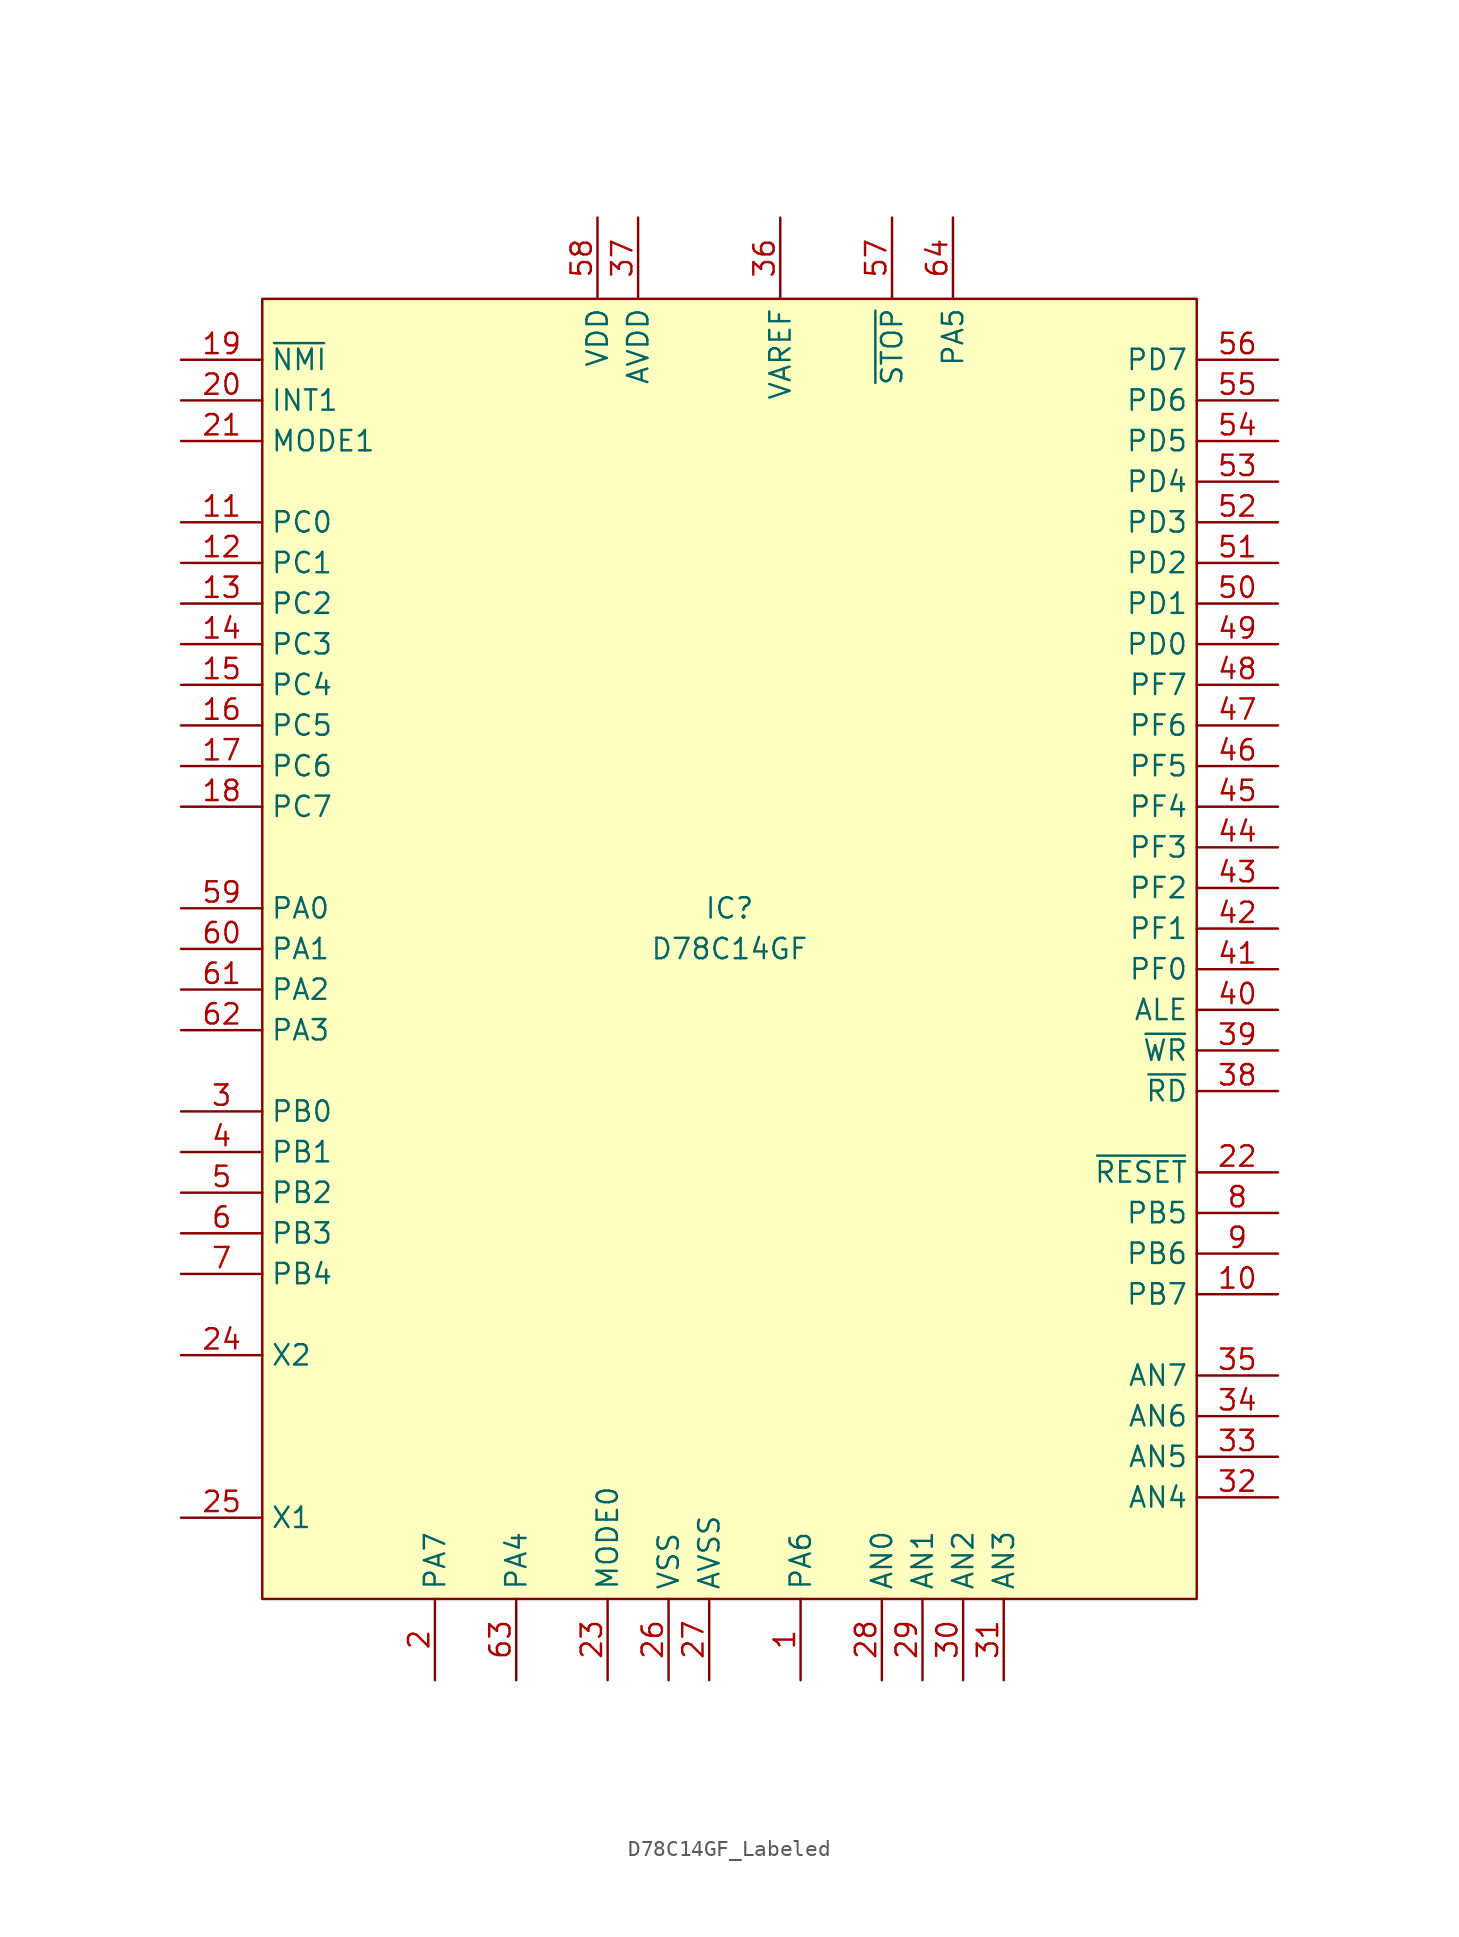
<source format=kicad_sym>
(kicad_symbol_lib
  (version 20220914)
  (generator kicad_symbol_editor)
  (symbol "D78C14GF_Labeled"
    (property "Reference" "IC"
      (at 0 2.54 0)
      (effects (font (size 1.27 1.27))))
    (property "Value" "D78C14GF"
      (at 0 0 0)
      (effects (font (size 1.27 1.27))))
    (symbol "D78C14GF_Labeled_1_1"
      (rectangle (start -29.21 40.64) (end 29.21 -40.64) (stroke (width 0) (type default)) (fill (type background)))
      (pin passive line (at 4.445 -45.72 90) (length 5.08) (name "PA6" (effects (font (size 1.27 1.27)))) (number "1" (effects (font (size 1.27 1.27)))))
      (pin passive line (at 34.29 -21.59 180) (length 5.08) (name "PB7" (effects (font (size 1.27 1.27)))) (number "10" (effects (font (size 1.27 1.27)))))
      (pin passive line (at -34.29 26.67 0) (length 5.08) (name "PC0" (effects (font (size 1.27 1.27)))) (number "11" (effects (font (size 1.27 1.27)))))
      (pin passive line (at -34.29 24.13 0) (length 5.08) (name "PC1" (effects (font (size 1.27 1.27)))) (number "12" (effects (font (size 1.27 1.27)))))
      (pin passive line (at -34.29 21.59 0) (length 5.08) (name "PC2" (effects (font (size 1.27 1.27)))) (number "13" (effects (font (size 1.27 1.27)))))
      (pin passive line (at -34.29 19.05 0) (length 5.08) (name "PC3" (effects (font (size 1.27 1.27)))) (number "14" (effects (font (size 1.27 1.27)))))
      (pin passive line (at -34.29 16.51 0) (length 5.08) (name "PC4" (effects (font (size 1.27 1.27)))) (number "15" (effects (font (size 1.27 1.27)))))
      (pin passive line (at -34.29 13.97 0) (length 5.08) (name "PC5" (effects (font (size 1.27 1.27)))) (number "16" (effects (font (size 1.27 1.27)))))
      (pin passive line (at -34.29 11.43 0) (length 5.08) (name "PC6" (effects (font (size 1.27 1.27)))) (number "17" (effects (font (size 1.27 1.27)))))
      (pin passive line (at -34.29 8.89 0) (length 5.08) (name "PC7" (effects (font (size 1.27 1.27)))) (number "18" (effects (font (size 1.27 1.27)))))
      (pin passive line (at -34.29 36.83 0) (length 5.08) (name "~{NMI}" (effects (font (size 1.27 1.27)))) (number "19" (effects (font (size 1.27 1.27)))))
      (pin passive line (at -18.415 -45.72 90) (length 5.08) (name "PA7" (effects (font (size 1.27 1.27)))) (number "2" (effects (font (size 1.27 1.27)))))
      (pin passive line (at -34.29 34.29 0) (length 5.08) (name "INT1" (effects (font (size 1.27 1.27)))) (number "20" (effects (font (size 1.27 1.27)))))
      (pin passive line (at -34.29 31.75 0) (length 5.08) (name "MODE1" (effects (font (size 1.27 1.27)))) (number "21" (effects (font (size 1.27 1.27)))))
      (pin passive line (at 34.29 -13.97 180) (length 5.08) (name "~{RESET}" (effects (font (size 1.27 1.27)))) (number "22" (effects (font (size 1.27 1.27)))))
      (pin passive line (at -7.62 -45.72 90) (length 5.08) (name "MODE0" (effects (font (size 1.27 1.27)))) (number "23" (effects (font (size 1.27 1.27)))))
      (pin passive line (at -34.29 -25.4 0) (length 5.08) (name "X2" (effects (font (size 1.27 1.27)))) (number "24" (effects (font (size 1.27 1.27)))))
      (pin passive line (at -34.29 -35.56 0) (length 5.08) (name "X1" (effects (font (size 1.27 1.27)))) (number "25" (effects (font (size 1.27 1.27)))))
      (pin passive line (at -3.81 -45.72 90) (length 5.08) (name "VSS" (effects (font (size 1.27 1.27)))) (number "26" (effects (font (size 1.27 1.27)))))
      (pin passive line (at -1.27 -45.72 90) (length 5.08) (name "AVSS" (effects (font (size 1.27 1.27)))) (number "27" (effects (font (size 1.27 1.27)))))
      (pin passive line (at 9.525 -45.72 90) (length 5.08) (name "AN0" (effects (font (size 1.27 1.27)))) (number "28" (effects (font (size 1.27 1.27)))))
      (pin passive line (at 12.065 -45.72 90) (length 5.08) (name "AN1" (effects (font (size 1.27 1.27)))) (number "29" (effects (font (size 1.27 1.27)))))
      (pin passive line (at -34.29 -10.16 0) (length 5.08) (name "PB0" (effects (font (size 1.27 1.27)))) (number "3" (effects (font (size 1.27 1.27)))))
      (pin passive line (at 14.605 -45.72 90) (length 5.08) (name "AN2" (effects (font (size 1.27 1.27)))) (number "30" (effects (font (size 1.27 1.27)))))
      (pin passive line (at 17.145 -45.72 90) (length 5.08) (name "AN3" (effects (font (size 1.27 1.27)))) (number "31" (effects (font (size 1.27 1.27)))))
      (pin passive line (at 34.29 -34.29 180) (length 5.08) (name "AN4" (effects (font (size 1.27 1.27)))) (number "32" (effects (font (size 1.27 1.27)))))
      (pin passive line (at 34.29 -31.75 180) (length 5.08) (name "AN5" (effects (font (size 1.27 1.27)))) (number "33" (effects (font (size 1.27 1.27)))))
      (pin passive line (at 34.29 -29.21 180) (length 5.08) (name "AN6" (effects (font (size 1.27 1.27)))) (number "34" (effects (font (size 1.27 1.27)))))
      (pin passive line (at 34.29 -26.67 180) (length 5.08) (name "AN7" (effects (font (size 1.27 1.27)))) (number "35" (effects (font (size 1.27 1.27)))))
      (pin passive line (at 3.175 45.72 270) (length 5.08) (name "VAREF" (effects (font (size 1.27 1.27)))) (number "36" (effects (font (size 1.27 1.27)))))
      (pin passive line (at -5.715 45.72 270) (length 5.08) (name "AVDD" (effects (font (size 1.27 1.27)))) (number "37" (effects (font (size 1.27 1.27)))))
      (pin passive line (at 34.29 -8.89 180) (length 5.08) (name "~{RD}" (effects (font (size 1.27 1.27)))) (number "38" (effects (font (size 1.27 1.27)))))
      (pin passive line (at 34.29 -6.35 180) (length 5.08) (name "~{WR}" (effects (font (size 1.27 1.27)))) (number "39" (effects (font (size 1.27 1.27)))))
      (pin passive line (at -34.29 -12.7 0) (length 5.08) (name "PB1" (effects (font (size 1.27 1.27)))) (number "4" (effects (font (size 1.27 1.27)))))
      (pin passive line (at 34.29 -3.81 180) (length 5.08) (name "ALE" (effects (font (size 1.27 1.27)))) (number "40" (effects (font (size 1.27 1.27)))))
      (pin passive line (at 34.29 -1.27 180) (length 5.08) (name "PF0" (effects (font (size 1.27 1.27)))) (number "41" (effects (font (size 1.27 1.27)))))
      (pin passive line (at 34.29 1.27 180) (length 5.08) (name "PF1" (effects (font (size 1.27 1.27)))) (number "42" (effects (font (size 1.27 1.27)))))
      (pin passive line (at 34.29 3.81 180) (length 5.08) (name "PF2" (effects (font (size 1.27 1.27)))) (number "43" (effects (font (size 1.27 1.27)))))
      (pin passive line (at 34.29 6.35 180) (length 5.08) (name "PF3" (effects (font (size 1.27 1.27)))) (number "44" (effects (font (size 1.27 1.27)))))
      (pin passive line (at 34.29 8.89 180) (length 5.08) (name "PF4" (effects (font (size 1.27 1.27)))) (number "45" (effects (font (size 1.27 1.27)))))
      (pin passive line (at 34.29 11.43 180) (length 5.08) (name "PF5" (effects (font (size 1.27 1.27)))) (number "46" (effects (font (size 1.27 1.27)))))
      (pin passive line (at 34.29 13.97 180) (length 5.08) (name "PF6" (effects (font (size 1.27 1.27)))) (number "47" (effects (font (size 1.27 1.27)))))
      (pin passive line (at 34.29 16.51 180) (length 5.08) (name "PF7" (effects (font (size 1.27 1.27)))) (number "48" (effects (font (size 1.27 1.27)))))
      (pin passive line (at 34.29 19.05 180) (length 5.08) (name "PD0" (effects (font (size 1.27 1.27)))) (number "49" (effects (font (size 1.27 1.27)))))
      (pin passive line (at -34.29 -15.24 0) (length 5.08) (name "PB2" (effects (font (size 1.27 1.27)))) (number "5" (effects (font (size 1.27 1.27)))))
      (pin passive line (at 34.29 21.59 180) (length 5.08) (name "PD1" (effects (font (size 1.27 1.27)))) (number "50" (effects (font (size 1.27 1.27)))))
      (pin passive line (at 34.29 24.13 180) (length 5.08) (name "PD2" (effects (font (size 1.27 1.27)))) (number "51" (effects (font (size 1.27 1.27)))))
      (pin passive line (at 34.29 26.67 180) (length 5.08) (name "PD3" (effects (font (size 1.27 1.27)))) (number "52" (effects (font (size 1.27 1.27)))))
      (pin passive line (at 34.29 29.21 180) (length 5.08) (name "PD4" (effects (font (size 1.27 1.27)))) (number "53" (effects (font (size 1.27 1.27)))))
      (pin passive line (at 34.29 31.75 180) (length 5.08) (name "PD5" (effects (font (size 1.27 1.27)))) (number "54" (effects (font (size 1.27 1.27)))))
      (pin passive line (at 34.29 34.29 180) (length 5.08) (name "PD6" (effects (font (size 1.27 1.27)))) (number "55" (effects (font (size 1.27 1.27)))))
      (pin passive line (at 34.29 36.83 180) (length 5.08) (name "PD7" (effects (font (size 1.27 1.27)))) (number "56" (effects (font (size 1.27 1.27)))))
      (pin passive line (at 10.16 45.72 270) (length 5.08) (name "~{STOP}" (effects (font (size 1.27 1.27)))) (number "57" (effects (font (size 1.27 1.27)))))
      (pin passive line (at -8.255 45.72 270) (length 5.08) (name "VDD" (effects (font (size 1.27 1.27)))) (number "58" (effects (font (size 1.27 1.27)))))
      (pin passive line (at -34.29 2.54 0) (length 5.08) (name "PA0" (effects (font (size 1.27 1.27)))) (number "59" (effects (font (size 1.27 1.27)))))
      (pin passive line (at -34.29 -17.78 0) (length 5.08) (name "PB3" (effects (font (size 1.27 1.27)))) (number "6" (effects (font (size 1.27 1.27)))))
      (pin passive line (at -34.29 0 0) (length 5.08) (name "PA1" (effects (font (size 1.27 1.27)))) (number "60" (effects (font (size 1.27 1.27)))))
      (pin passive line (at -34.29 -2.54 0) (length 5.08) (name "PA2" (effects (font (size 1.27 1.27)))) (number "61" (effects (font (size 1.27 1.27)))))
      (pin passive line (at -34.29 -5.08 0) (length 5.08) (name "PA3" (effects (font (size 1.27 1.27)))) (number "62" (effects (font (size 1.27 1.27)))))
      (pin passive line (at -13.335 -45.72 90) (length 5.08) (name "PA4" (effects (font (size 1.27 1.27)))) (number "63" (effects (font (size 1.27 1.27)))))
      (pin passive line (at 13.97 45.72 270) (length 5.08) (name "PA5" (effects (font (size 1.27 1.27)))) (number "64" (effects (font (size 1.27 1.27)))))
      (pin passive line (at -34.29 -20.32 0) (length 5.08) (name "PB4" (effects (font (size 1.27 1.27)))) (number "7" (effects (font (size 1.27 1.27)))))
      (pin passive line (at 34.29 -16.51 180) (length 5.08) (name "PB5" (effects (font (size 1.27 1.27)))) (number "8" (effects (font (size 1.27 1.27)))))
      (pin passive line (at 34.29 -19.05 180) (length 5.08) (name "PB6" (effects (font (size 1.27 1.27)))) (number "9" (effects (font (size 1.27 1.27))))))))
</source>
